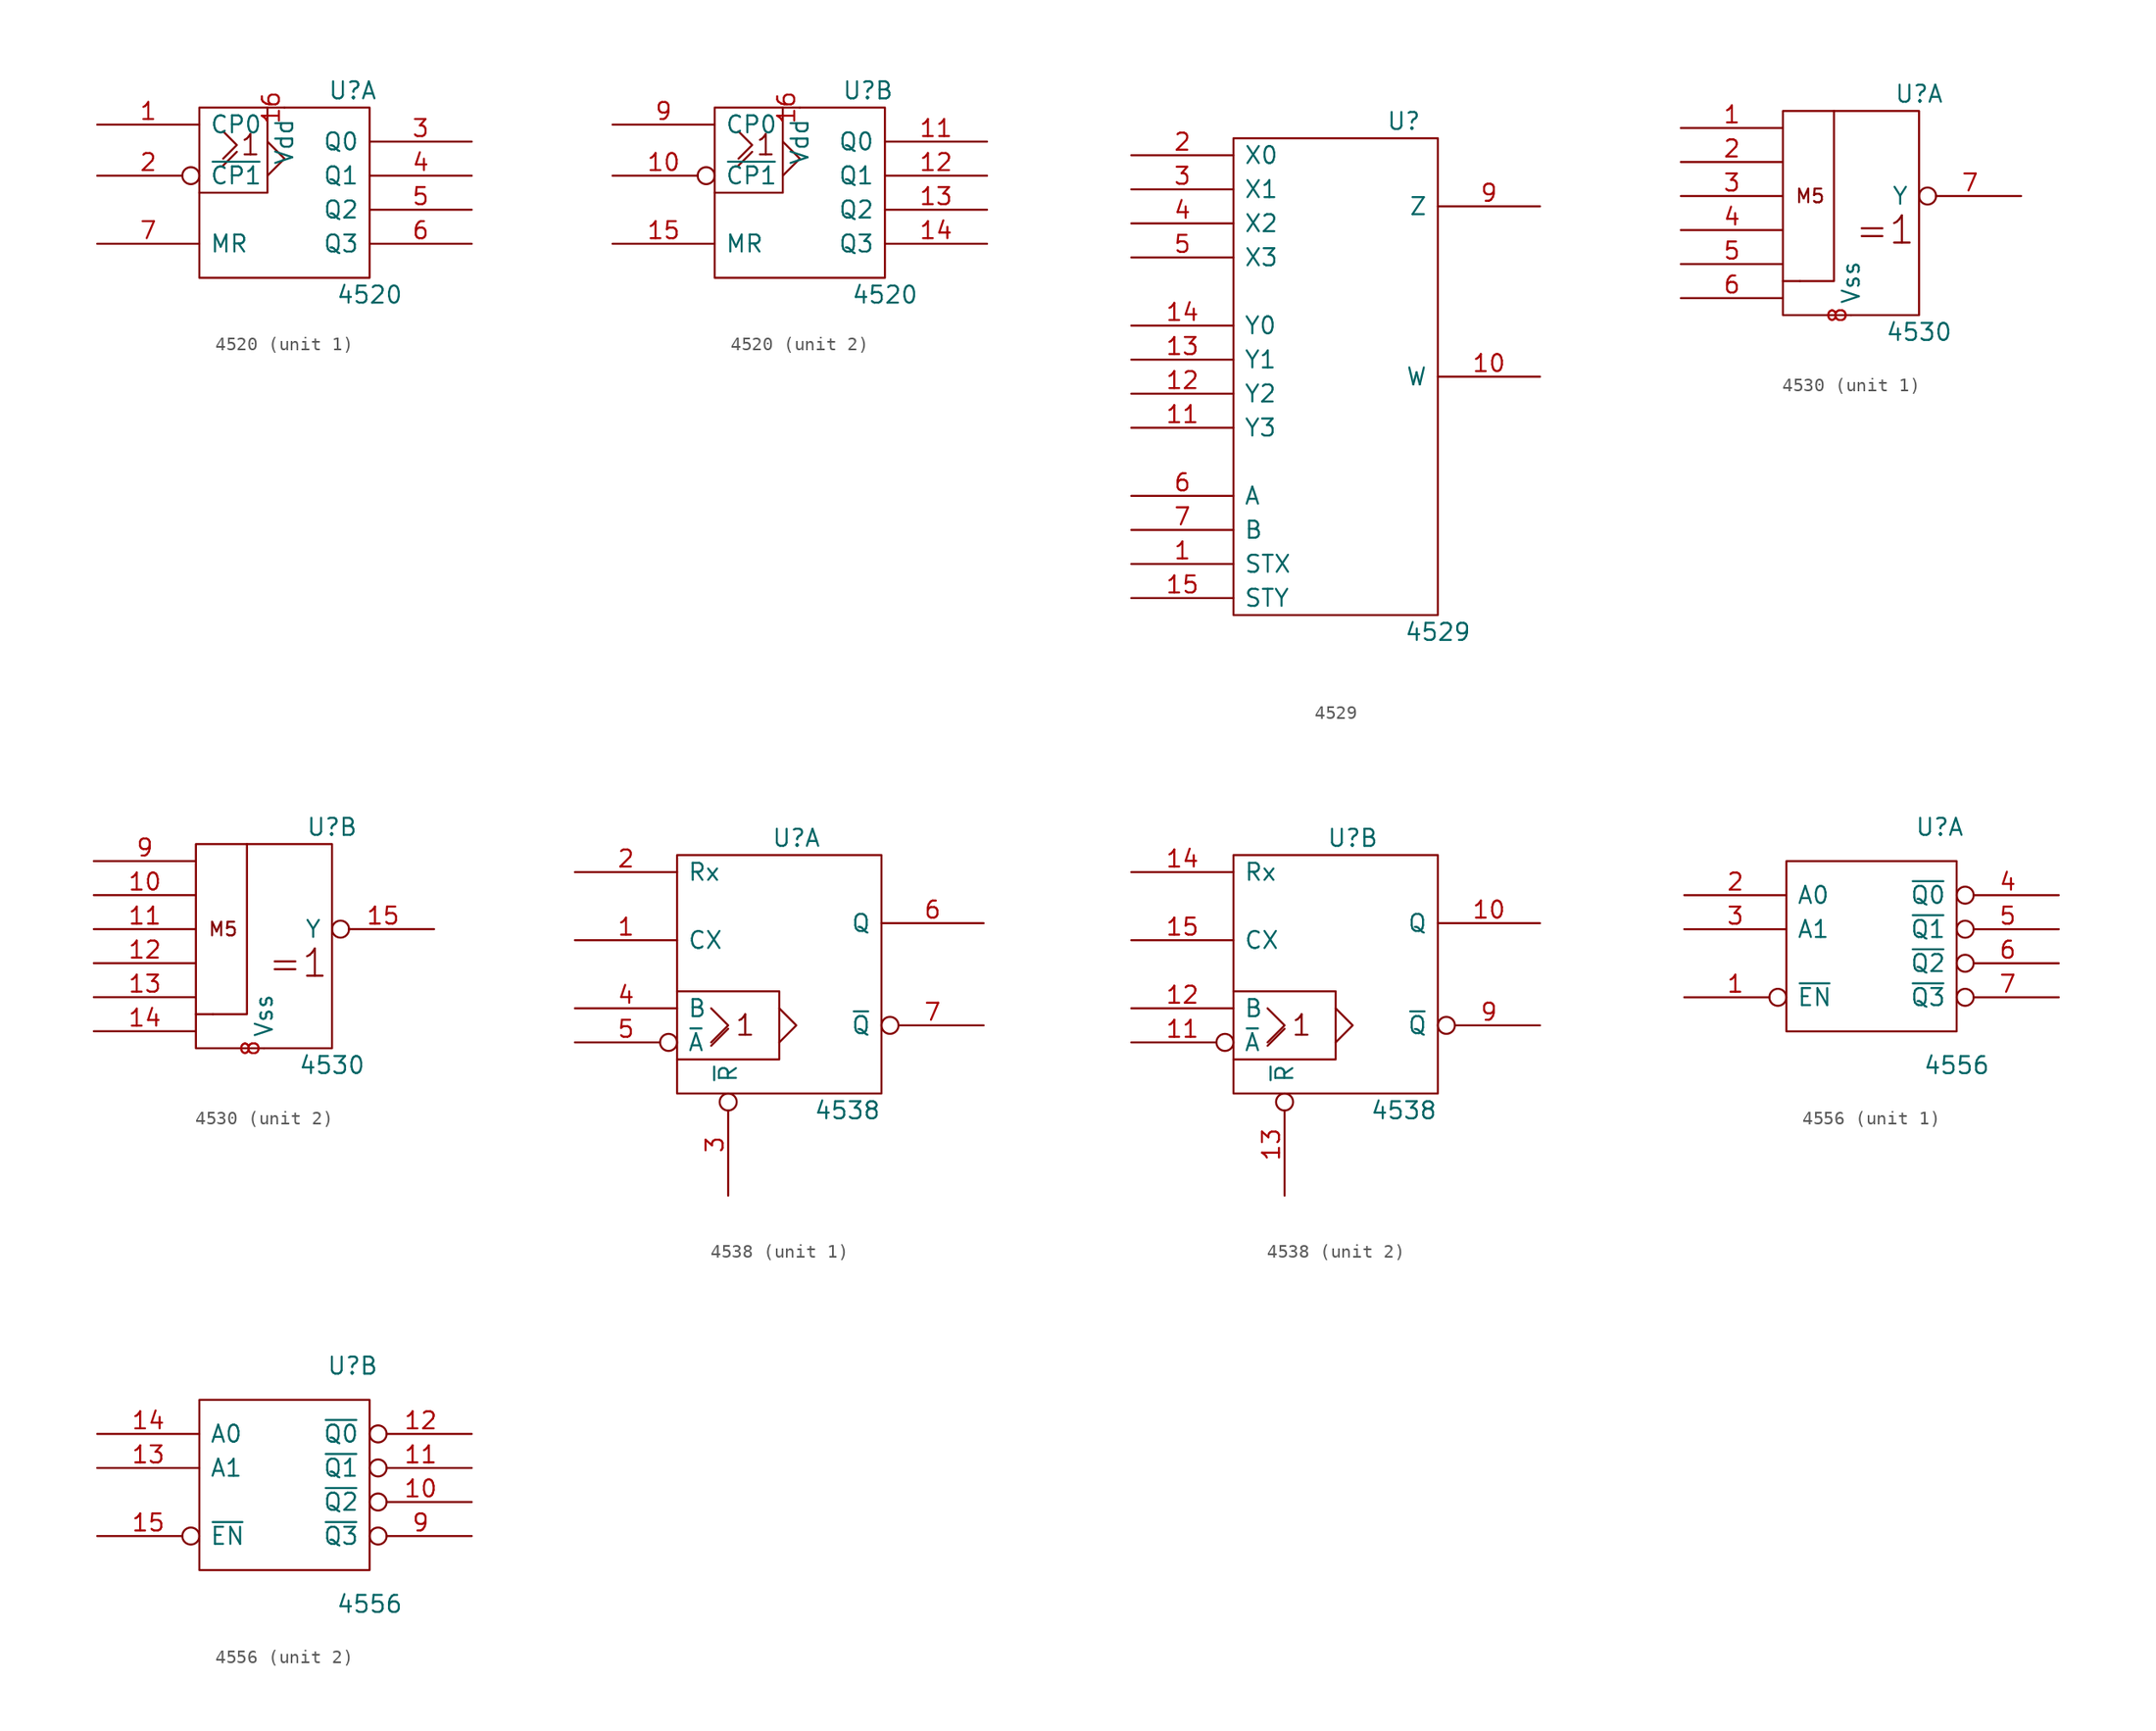
<source format=kicad_sym>
(kicad_symbol_lib
  (version 20201005)
  (generator kicad_symbol_editor)
  (symbol "4520"
    (pin_names
      (offset 0.762))
    (property "Reference" "U"
      (at 5.08 7.62 0)
      (effects (font (size 1.27 1.27))))
    (property "Value" "4520"
      (at 6.35 -7.62 0)
      (effects (font (size 1.27 1.27))))
    (symbol "4520_0_0"
      (text "1" (at -2.54 3.556 0) (effects (font (size 1.524 1.524)))))
    (symbol "4520_0_1"
      (rectangle (start 6.35 6.35) (end -6.35 -6.35) (stroke (width 0)) (fill (type none)))
      (polyline (pts (xy -4.572 2.032) (xy -3.556 3.048) (xy -3.556 3.048)) (stroke (width 0)) (fill (type none)))
      (polyline (pts (xy -4.572 4.572) (xy -3.556 3.556) (xy -4.572 2.54) (xy -4.572 2.54)) (stroke (width 0)) (fill (type none)))
      (polyline (pts (xy -1.27 3.81) (xy 0 2.54) (xy -1.27 1.27) (xy -1.27 1.27)) (stroke (width 0)) (fill (type none)))
      (polyline (pts (xy -1.27 6.35) (xy -1.27 0) (xy -6.35 0) (xy -6.35 0)) (stroke (width 0)) (fill (type none)))
      (pin power_in line (at 0 6.35 270) (length 0) (name "Vdd" (effects (font (size 1.27 1.27)))) (number "16" (effects (font (size 1.27 1.27)))))
      (pin power_in line (at 0 -6.35 90) (length 0) hide (name "Vss" (effects (font (size 1.27 1.27)))) (number "8" (effects (font (size 1.27 1.27))))))
    (symbol "4520_1_1"
      (pin input line (at -13.97 5.08 0) (length 7.62) (name "CP0" (effects (font (size 1.27 1.27)))) (number "1" (effects (font (size 1.27 1.27)))))
      (pin input inverted (at -13.97 1.27 0) (length 7.62) (name "~CP1" (effects (font (size 1.27 1.27)))) (number "2" (effects (font (size 1.27 1.27)))))
      (pin output line (at 13.97 3.81 180) (length 7.62) (name "Q0" (effects (font (size 1.27 1.27)))) (number "3" (effects (font (size 1.27 1.27)))))
      (pin output line (at 13.97 1.27 180) (length 7.62) (name "Q1" (effects (font (size 1.27 1.27)))) (number "4" (effects (font (size 1.27 1.27)))))
      (pin output line (at 13.97 -1.27 180) (length 7.62) (name "Q2" (effects (font (size 1.27 1.27)))) (number "5" (effects (font (size 1.27 1.27)))))
      (pin output line (at 13.97 -3.81 180) (length 7.62) (name "Q3" (effects (font (size 1.27 1.27)))) (number "6" (effects (font (size 1.27 1.27)))))
      (pin input line (at -13.97 -3.81 0) (length 7.62) (name "MR" (effects (font (size 1.27 1.27)))) (number "7" (effects (font (size 1.27 1.27))))))
    (symbol "4520_2_1"
      (pin input inverted (at -13.97 1.27 0) (length 7.62) (name "~CP1" (effects (font (size 1.27 1.27)))) (number "10" (effects (font (size 1.27 1.27)))))
      (pin output line (at 13.97 3.81 180) (length 7.62) (name "Q0" (effects (font (size 1.27 1.27)))) (number "11" (effects (font (size 1.27 1.27)))))
      (pin output line (at 13.97 1.27 180) (length 7.62) (name "Q1" (effects (font (size 1.27 1.27)))) (number "12" (effects (font (size 1.27 1.27)))))
      (pin output line (at 13.97 -1.27 180) (length 7.62) (name "Q2" (effects (font (size 1.27 1.27)))) (number "13" (effects (font (size 1.27 1.27)))))
      (pin output line (at 13.97 -3.81 180) (length 7.62) (name "Q3" (effects (font (size 1.27 1.27)))) (number "14" (effects (font (size 1.27 1.27)))))
      (pin input line (at -13.97 -3.81 0) (length 7.62) (name "MR" (effects (font (size 1.27 1.27)))) (number "15" (effects (font (size 1.27 1.27)))))
      (pin input line (at -13.97 5.08 0) (length 7.62) (name "CP0" (effects (font (size 1.27 1.27)))) (number "9" (effects (font (size 1.27 1.27)))))))
  (symbol "4529"
    (pin_names
      (offset 0.762))
    (property "Reference" "U"
      (at 5.08 19.05 0)
      (effects (font (size 1.27 1.27))))
    (property "Value" "4529"
      (at 7.62 -19.05 0)
      (effects (font (size 1.27 1.27))))
    (symbol "4529_0_1"
      (rectangle (start -7.62 17.78) (end 7.62 -17.78) (stroke (width 0)) (fill (type none))))
    (symbol "4529_1_1"
      (pin input line (at -15.24 -13.97 0) (length 7.62) (name "STX" (effects (font (size 1.27 1.27)))) (number "1" (effects (font (size 1.27 1.27)))))
      (pin tri_state line (at 15.24 0 180) (length 7.62) (name "W" (effects (font (size 1.27 1.27)))) (number "10" (effects (font (size 1.27 1.27)))))
      (pin input line (at -15.24 -3.81 0) (length 7.62) (name "Y3" (effects (font (size 1.27 1.27)))) (number "11" (effects (font (size 1.27 1.27)))))
      (pin input line (at -15.24 -1.27 0) (length 7.62) (name "Y2" (effects (font (size 1.27 1.27)))) (number "12" (effects (font (size 1.27 1.27)))))
      (pin input line (at -15.24 1.27 0) (length 7.62) (name "Y1" (effects (font (size 1.27 1.27)))) (number "13" (effects (font (size 1.27 1.27)))))
      (pin input line (at -15.24 3.81 0) (length 7.62) (name "Y0" (effects (font (size 1.27 1.27)))) (number "14" (effects (font (size 1.27 1.27)))))
      (pin input line (at -15.24 -16.51 0) (length 7.62) (name "STY" (effects (font (size 1.27 1.27)))) (number "15" (effects (font (size 1.27 1.27)))))
      (pin power_in line (at 0 17.78 270) (length 0) hide (name "VDD" (effects (font (size 1.27 1.27)))) (number "16" (effects (font (size 1.27 1.27)))))
      (pin input line (at -15.24 16.51 0) (length 7.62) (name "X0" (effects (font (size 1.27 1.27)))) (number "2" (effects (font (size 1.27 1.27)))))
      (pin input line (at -15.24 13.97 0) (length 7.62) (name "X1" (effects (font (size 1.27 1.27)))) (number "3" (effects (font (size 1.27 1.27)))))
      (pin input line (at -15.24 11.43 0) (length 7.62) (name "X2" (effects (font (size 1.27 1.27)))) (number "4" (effects (font (size 1.27 1.27)))))
      (pin input line (at -15.24 8.89 0) (length 7.62) (name "X3" (effects (font (size 1.27 1.27)))) (number "5" (effects (font (size 1.27 1.27)))))
      (pin input line (at -15.24 -8.89 0) (length 7.62) (name "A" (effects (font (size 1.27 1.27)))) (number "6" (effects (font (size 1.27 1.27)))))
      (pin input line (at -15.24 -11.43 0) (length 7.62) (name "B" (effects (font (size 1.27 1.27)))) (number "7" (effects (font (size 1.27 1.27)))))
      (pin power_in line (at 0 -17.78 90) (length 0) hide (name "VSS" (effects (font (size 1.27 1.27)))) (number "8" (effects (font (size 1.27 1.27)))))
      (pin tri_state line (at 15.24 12.7 180) (length 7.62) (name "Z" (effects (font (size 1.27 1.27)))) (number "9" (effects (font (size 1.27 1.27)))))))
  (symbol "4530"
    (pin_names
      (offset 0.762))
    (property "Reference" "U"
      (at 5.08 7.62 0)
      (effects (font (size 1.27 1.27))))
    (property "Value" "4530"
      (at 5.08 -10.16 0)
      (effects (font (size 1.27 1.27))))
    (symbol "4530_0_0"
      (text "=1" (at 2.54 -2.54 0) (effects (font (size 2.032 2.032))))
      (text "M5" (at -3.048 0 0) (effects (font (size 1.016 1.016))))
      (polyline (pts (xy -3.81 -6.35) (xy -5.08 -6.35) (xy -5.08 -6.35)) (stroke (width 0)) (fill (type none)))
      (pin power_in line (at 0 6.35 270) (length 0) hide (name "Vdd" (effects (font (size 1.27 1.27)))) (number "16" (effects (font (size 1.27 1.27)))))
      (pin power_in line (at 0 -8.89 90) (length 0) (name "Vss" (effects (font (size 1.27 1.27)))) (number "8" (effects (font (size 1.27 1.27))))))
    (symbol "4530_0_1"
      (rectangle (start -5.08 6.35) (end 5.08 -8.89) (stroke (width 0)) (fill (type none)))
      (polyline (pts (xy -1.27 6.35) (xy -1.27 -6.35) (xy -3.81 -6.35) (xy -3.81 -6.35)) (stroke (width 0)) (fill (type none))))
    (symbol "4530_1_1"
      (pin input line (at -12.7 5.08 0) (length 7.62) (name "~" (effects (font (size 1.27 1.27)))) (number "1" (effects (font (size 1.27 1.27)))))
      (pin input line (at -12.7 2.54 0) (length 7.62) (name "~" (effects (font (size 1.27 1.27)))) (number "2" (effects (font (size 1.27 1.27)))))
      (pin input line (at -12.7 0 0) (length 7.62) (name "~" (effects (font (size 1.27 1.27)))) (number "3" (effects (font (size 1.27 1.27)))))
      (pin input line (at -12.7 -2.54 0) (length 7.62) (name "~" (effects (font (size 1.27 1.27)))) (number "4" (effects (font (size 1.27 1.27)))))
      (pin input line (at -12.7 -5.08 0) (length 7.62) (name "~" (effects (font (size 1.27 1.27)))) (number "5" (effects (font (size 1.27 1.27)))))
      (pin input line (at -12.7 -7.62 0) (length 7.62) (name "~" (effects (font (size 1.27 1.27)))) (number "6" (effects (font (size 1.27 1.27)))))
      (pin output inverted (at 12.7 0 180) (length 7.62) (name "Y" (effects (font (size 1.27 1.27)))) (number "7" (effects (font (size 1.27 1.27))))))
    (symbol "4530_2_1"
      (pin input line (at -12.7 2.54 0) (length 7.62) (name "~" (effects (font (size 1.27 1.27)))) (number "10" (effects (font (size 1.27 1.27)))))
      (pin input line (at -12.7 0 0) (length 7.62) (name "~" (effects (font (size 1.27 1.27)))) (number "11" (effects (font (size 1.27 1.27)))))
      (pin input line (at -12.7 -2.54 0) (length 7.62) (name "~" (effects (font (size 1.27 1.27)))) (number "12" (effects (font (size 1.27 1.27)))))
      (pin input line (at -12.7 -5.08 0) (length 7.62) (name "~" (effects (font (size 1.27 1.27)))) (number "13" (effects (font (size 1.27 1.27)))))
      (pin input line (at -12.7 -7.62 0) (length 7.62) (name "~" (effects (font (size 1.27 1.27)))) (number "14" (effects (font (size 1.27 1.27)))))
      (pin output inverted (at 12.7 0 180) (length 7.62) (name "Y" (effects (font (size 1.27 1.27)))) (number "15" (effects (font (size 1.27 1.27)))))
      (pin input line (at -12.7 5.08 0) (length 7.62) (name "~" (effects (font (size 1.27 1.27)))) (number "9" (effects (font (size 1.27 1.27)))))))
  (symbol "4538"
    (pin_names
      (offset 0.762))
    (property "Reference" "U"
      (at 1.27 10.16 0)
      (effects (font (size 1.27 1.27))))
    (property "Value" "4538"
      (at 5.08 -10.16 0)
      (effects (font (size 1.27 1.27))))
    (symbol "4538_0_0"
      (text "1" (at -2.54 -3.81 0) (effects (font (size 1.524 1.524))))
      (polyline (pts (xy -5.08 -5.334) (xy -3.81 -4.064) (xy -3.81 -4.064)) (stroke (width 0)) (fill (type none)))
      (polyline (pts (xy -5.08 -2.54) (xy -3.81 -3.81) (xy -5.08 -5.08) (xy -5.08 -5.08)) (stroke (width 0)) (fill (type none)))
      (polyline (pts (xy 0 -2.54) (xy 1.27 -3.81) (xy 0 -5.08) (xy 0 -5.08)) (stroke (width 0)) (fill (type none)))
      (polyline (pts (xy -7.62 -1.27) (xy 0 -1.27) (xy 0 -6.35) (xy -7.62 -6.35) (xy -7.62 -6.35)) (stroke (width 0)) (fill (type none))))
    (symbol "4538_0_1"
      (rectangle (start -7.62 8.89) (end 7.62 -8.89) (stroke (width 0)) (fill (type none))))
    (symbol "4538_1_1"
      (pin input line (at -15.24 2.54 0) (length 7.62) (name "CX" (effects (font (size 1.27 1.27)))) (number "1" (effects (font (size 1.27 1.27)))))
      (pin power_in line (at 0 8.89 270) (length 0) hide (name "VDD" (effects (font (size 1.27 1.27)))) (number "16" (effects (font (size 1.27 1.27)))))
      (pin input line (at -15.24 7.62 0) (length 7.62) (name "Rx" (effects (font (size 1.27 1.27)))) (number "2" (effects (font (size 1.27 1.27)))))
      (pin input inverted (at -3.81 -16.51 90) (length 7.62) (name "~R" (effects (font (size 1.27 1.27)))) (number "3" (effects (font (size 1.27 1.27)))))
      (pin input line (at -15.24 -2.54 0) (length 7.62) (name "B" (effects (font (size 1.27 1.27)))) (number "4" (effects (font (size 1.27 1.27)))))
      (pin input inverted (at -15.24 -5.08 0) (length 7.62) (name "~A" (effects (font (size 1.27 1.27)))) (number "5" (effects (font (size 1.27 1.27)))))
      (pin output line (at 15.24 3.81 180) (length 7.62) (name "Q" (effects (font (size 1.27 1.27)))) (number "6" (effects (font (size 1.27 1.27)))))
      (pin output inverted (at 15.24 -3.81 180) (length 7.62) (name "~Q" (effects (font (size 1.27 1.27)))) (number "7" (effects (font (size 1.27 1.27)))))
      (pin power_in line (at 0 -8.89 90) (length 0) hide (name "VSS" (effects (font (size 1.27 1.27)))) (number "8" (effects (font (size 1.27 1.27))))))
    (symbol "4538_2_1"
      (pin output line (at 15.24 3.81 180) (length 7.62) (name "Q" (effects (font (size 1.27 1.27)))) (number "10" (effects (font (size 1.27 1.27)))))
      (pin input inverted (at -15.24 -5.08 0) (length 7.62) (name "~A" (effects (font (size 1.27 1.27)))) (number "11" (effects (font (size 1.27 1.27)))))
      (pin input line (at -15.24 -2.54 0) (length 7.62) (name "B" (effects (font (size 1.27 1.27)))) (number "12" (effects (font (size 1.27 1.27)))))
      (pin input inverted (at -3.81 -16.51 90) (length 7.62) (name "~R" (effects (font (size 1.27 1.27)))) (number "13" (effects (font (size 1.27 1.27)))))
      (pin input line (at -15.24 7.62 0) (length 7.62) (name "Rx" (effects (font (size 1.27 1.27)))) (number "14" (effects (font (size 1.27 1.27)))))
      (pin input line (at -15.24 2.54 0) (length 7.62) (name "CX" (effects (font (size 1.27 1.27)))) (number "15" (effects (font (size 1.27 1.27)))))
      (pin power_in line (at 0 8.89 270) (length 0) hide (name "VDD" (effects (font (size 1.27 1.27)))) (number "16" (effects (font (size 1.27 1.27)))))
      (pin power_in line (at 0 -8.89 90) (length 0) hide (name "VSS" (effects (font (size 1.27 1.27)))) (number "8" (effects (font (size 1.27 1.27)))))
      (pin output inverted (at 15.24 -3.81 180) (length 7.62) (name "~Q" (effects (font (size 1.27 1.27)))) (number "9" (effects (font (size 1.27 1.27)))))))
  (symbol "4556"
    (pin_names
      (offset 0.762))
    (property "Reference" "U"
      (at 5.08 8.89 0)
      (effects (font (size 1.27 1.27))))
    (property "Value" "4556"
      (at 6.35 -8.89 0)
      (effects (font (size 1.27 1.27))))
    (symbol "4556_0_1"
      (rectangle (start -6.35 6.35) (end 6.35 -6.35) (stroke (width 0)) (fill (type none)))
      (pin power_in line (at 0 6.35 270) (length 0) hide (name "Vdd" (effects (font (size 1.27 1.27)))) (number "16" (effects (font (size 1.27 1.27)))))
      (pin power_in line (at 0 -6.35 90) (length 0) hide (name "Vss" (effects (font (size 1.27 1.27)))) (number "8" (effects (font (size 1.27 1.27))))))
    (symbol "4556_1_1"
      (pin input inverted (at -13.97 -3.81 0) (length 7.62) (name "~EN" (effects (font (size 1.27 1.27)))) (number "1" (effects (font (size 1.27 1.27)))))
      (pin input line (at -13.97 3.81 0) (length 7.62) (name "A0" (effects (font (size 1.27 1.27)))) (number "2" (effects (font (size 1.27 1.27)))))
      (pin input line (at -13.97 1.27 0) (length 7.62) (name "A1" (effects (font (size 1.27 1.27)))) (number "3" (effects (font (size 1.27 1.27)))))
      (pin output inverted (at 13.97 3.81 180) (length 7.62) (name "~Q0" (effects (font (size 1.27 1.27)))) (number "4" (effects (font (size 1.27 1.27)))))
      (pin output inverted (at 13.97 1.27 180) (length 7.62) (name "~Q1" (effects (font (size 1.27 1.27)))) (number "5" (effects (font (size 1.27 1.27)))))
      (pin output inverted (at 13.97 -1.27 180) (length 7.62) (name "~Q2" (effects (font (size 1.27 1.27)))) (number "6" (effects (font (size 1.27 1.27)))))
      (pin output inverted (at 13.97 -3.81 180) (length 7.62) (name "~Q3" (effects (font (size 1.27 1.27)))) (number "7" (effects (font (size 1.27 1.27))))))
    (symbol "4556_2_1"
      (pin output inverted (at 13.97 -1.27 180) (length 7.62) (name "~Q2" (effects (font (size 1.27 1.27)))) (number "10" (effects (font (size 1.27 1.27)))))
      (pin output inverted (at 13.97 1.27 180) (length 7.62) (name "~Q1" (effects (font (size 1.27 1.27)))) (number "11" (effects (font (size 1.27 1.27)))))
      (pin output inverted (at 13.97 3.81 180) (length 7.62) (name "~Q0" (effects (font (size 1.27 1.27)))) (number "12" (effects (font (size 1.27 1.27)))))
      (pin input line (at -13.97 1.27 0) (length 7.62) (name "A1" (effects (font (size 1.27 1.27)))) (number "13" (effects (font (size 1.27 1.27)))))
      (pin input line (at -13.97 3.81 0) (length 7.62) (name "A0" (effects (font (size 1.27 1.27)))) (number "14" (effects (font (size 1.27 1.27)))))
      (pin input inverted (at -13.97 -3.81 0) (length 7.62) (name "~EN" (effects (font (size 1.27 1.27)))) (number "15" (effects (font (size 1.27 1.27)))))
      (pin output inverted (at 13.97 -3.81 180) (length 7.62) (name "~Q3" (effects (font (size 1.27 1.27)))) (number "9" (effects (font (size 1.27 1.27))))))))
</source>
